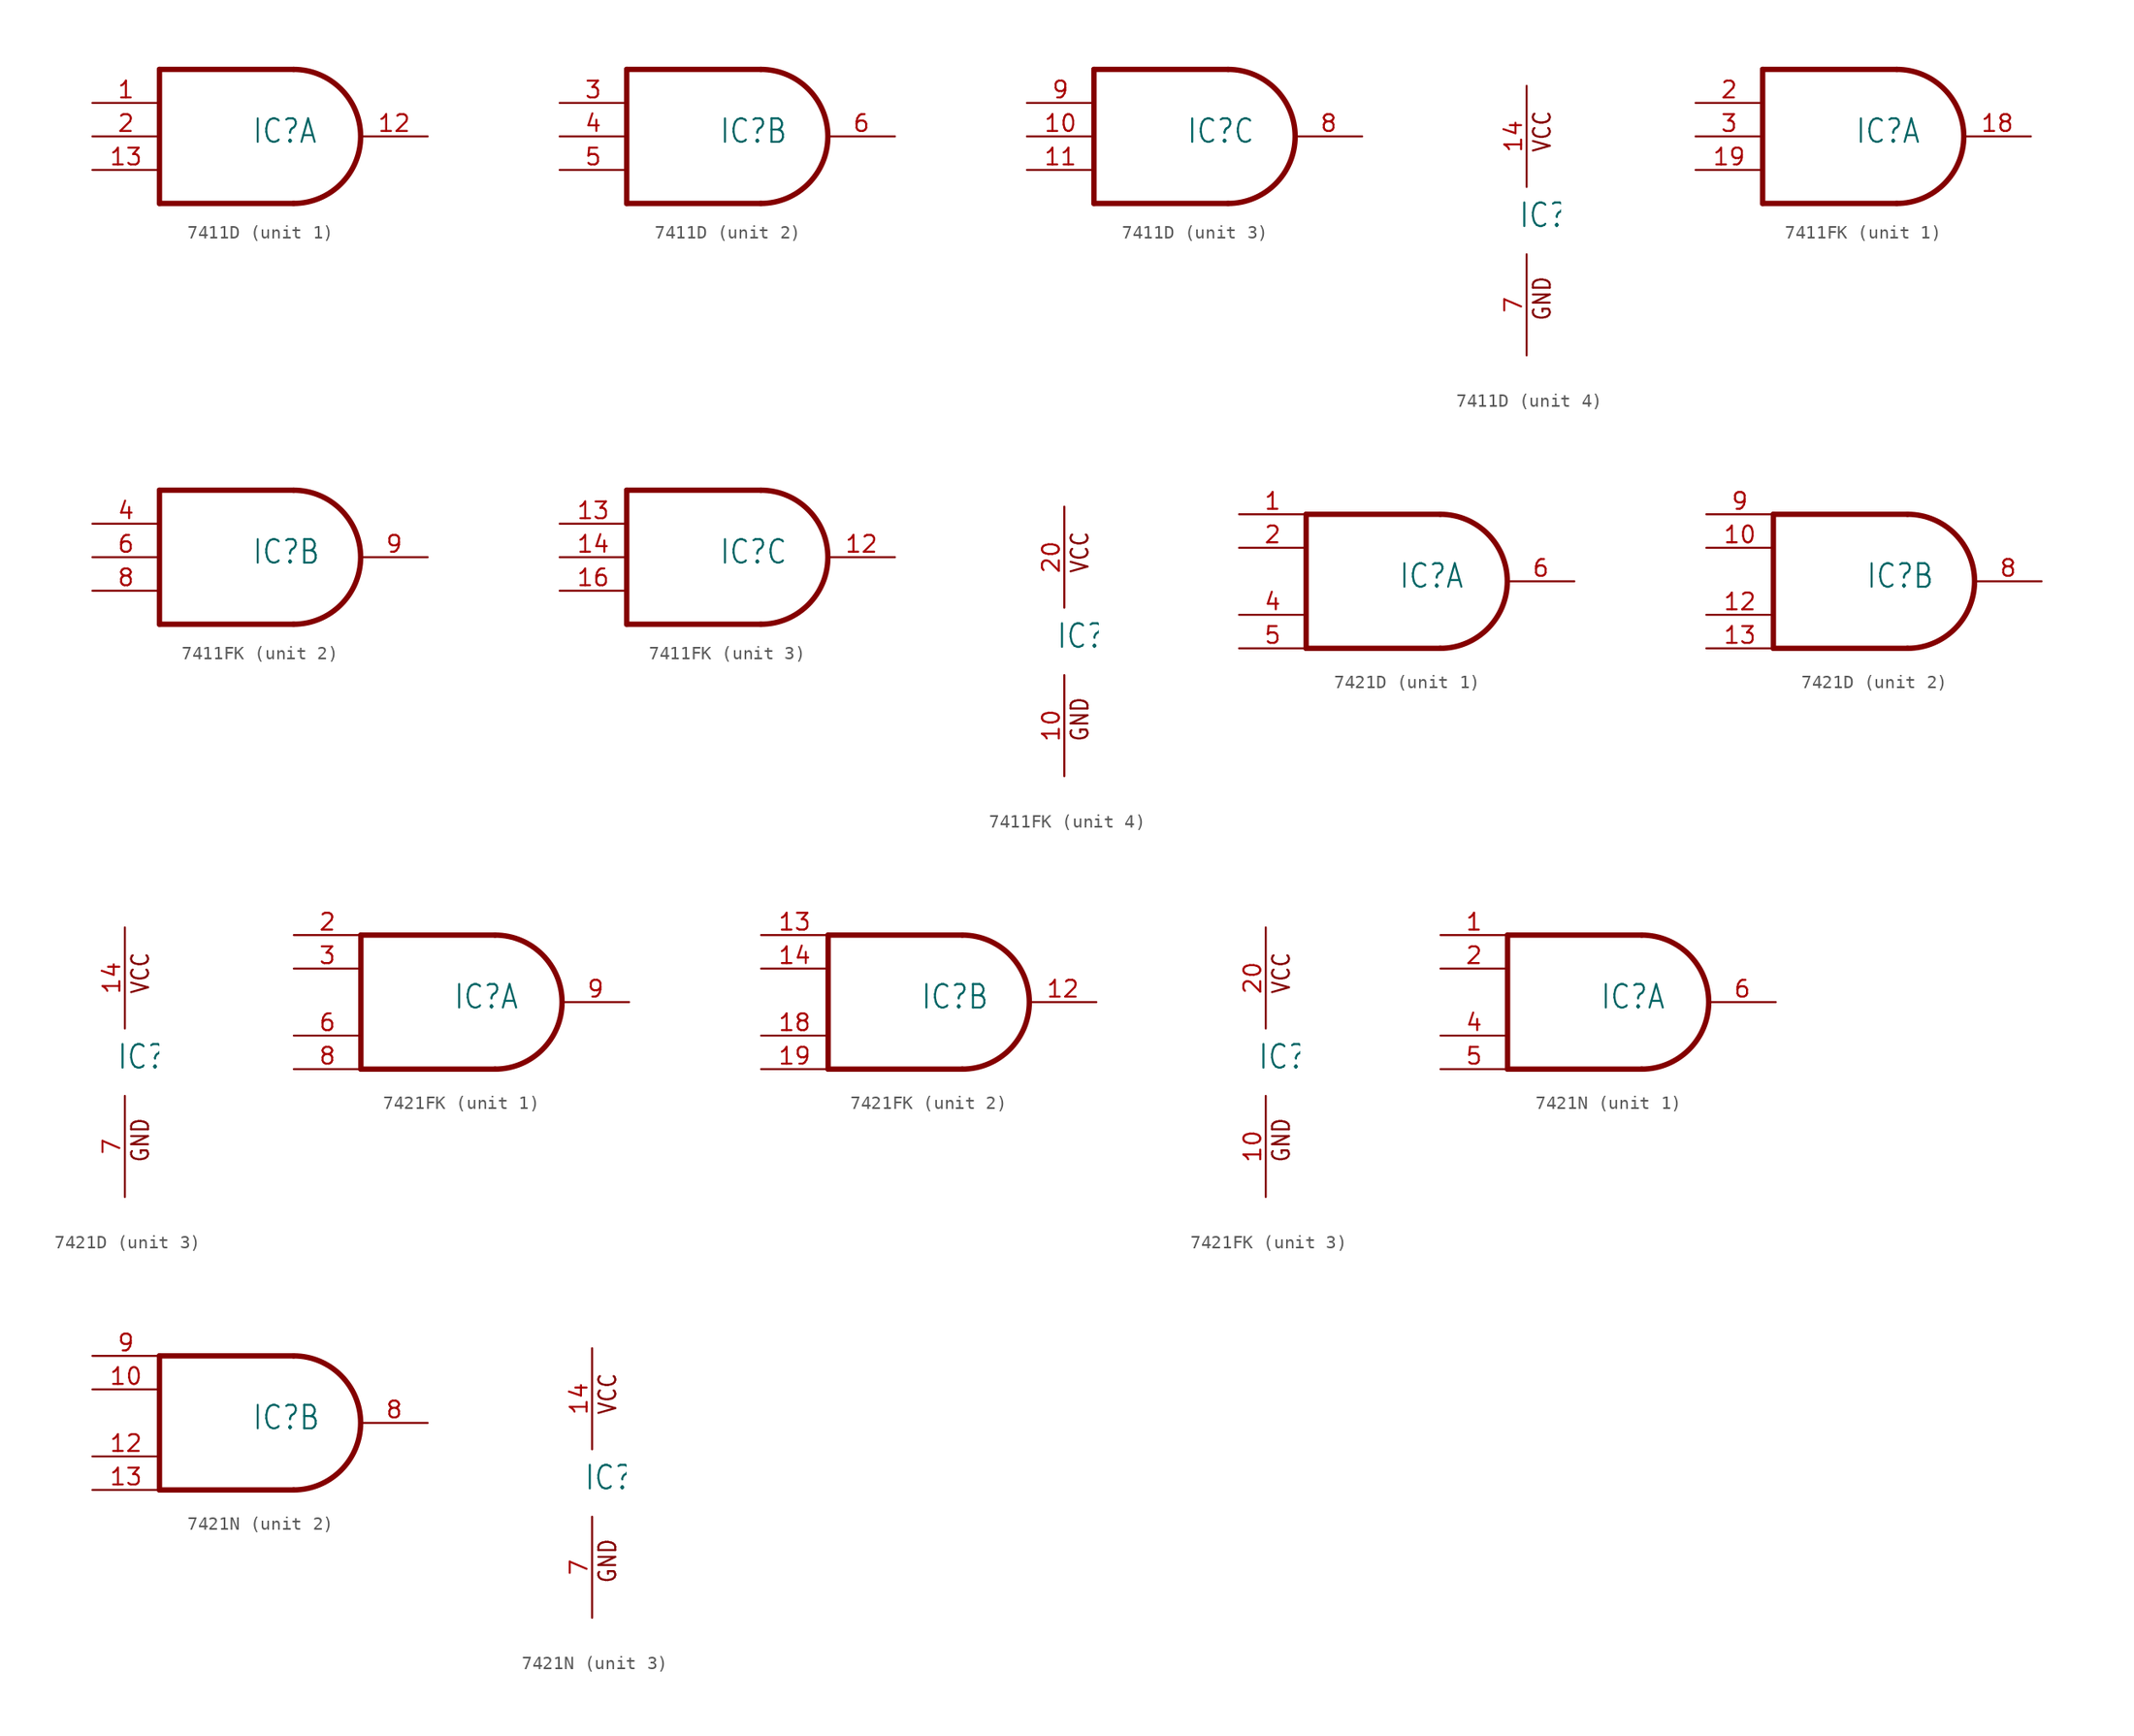
<source format=kicad_sym>
(kicad_symbol_lib
  (version 20211014)
  (generator kicad_symbol_editor)
  (symbol "7411D"
    (property "Reference" "IC"
      (at -0.635 -0.635 0)
      (effects (font (size 1.778 1.511)) (justify left bottom)))
    (property "ki_locked" ""
      (at 0 0 0)
      (effects (font (size 1.27 1.27))))
    (symbol "7411D_1_0"
      (polyline (pts (xy -7.62 -5.08) (xy 2.54 -5.08)) (stroke (width 0.406) (type default) (color 0 0 0 0)) (fill (type none)))
      (polyline (pts (xy -7.62 5.08) (xy -7.62 -5.08)) (stroke (width 0.406) (type default) (color 0 0 0 0)) (fill (type none)))
      (polyline (pts (xy 2.54 5.08) (xy -7.62 5.08)) (stroke (width 0.406) (type default) (color 0 0 0 0)) (fill (type none)))
      (arc (start 2.54 -5.08) (mid 7.6199 0) (end 2.54 5.08) (stroke (width 0.4064) (type default) (color 0 0 0 0)) (fill (type none)))
      (pin input line (at -12.7 2.54 0) (length 5.08) (name "I0" (effects (font (size 0 0)))) (number "1" (effects (font (size 1.27 1.27)))))
      (pin output line (at 12.7 0 180) (length 5.08) (name "O" (effects (font (size 0 0)))) (number "12" (effects (font (size 1.27 1.27)))))
      (pin input line (at -12.7 -2.54 0) (length 5.08) (name "I2" (effects (font (size 0 0)))) (number "13" (effects (font (size 1.27 1.27)))))
      (pin input line (at -12.7 0 0) (length 5.08) (name "I1" (effects (font (size 0 0)))) (number "2" (effects (font (size 1.27 1.27))))))
    (symbol "7411D_2_0"
      (polyline (pts (xy -7.62 -5.08) (xy 2.54 -5.08)) (stroke (width 0.406) (type default) (color 0 0 0 0)) (fill (type none)))
      (polyline (pts (xy -7.62 5.08) (xy -7.62 -5.08)) (stroke (width 0.406) (type default) (color 0 0 0 0)) (fill (type none)))
      (polyline (pts (xy 2.54 5.08) (xy -7.62 5.08)) (stroke (width 0.406) (type default) (color 0 0 0 0)) (fill (type none)))
      (arc (start 2.54 -5.08) (mid 7.6199 0) (end 2.54 5.08) (stroke (width 0.4064) (type default) (color 0 0 0 0)) (fill (type none)))
      (pin input line (at -12.7 2.54 0) (length 5.08) (name "I0" (effects (font (size 0 0)))) (number "3" (effects (font (size 1.27 1.27)))))
      (pin input line (at -12.7 0 0) (length 5.08) (name "I1" (effects (font (size 0 0)))) (number "4" (effects (font (size 1.27 1.27)))))
      (pin input line (at -12.7 -2.54 0) (length 5.08) (name "I2" (effects (font (size 0 0)))) (number "5" (effects (font (size 1.27 1.27)))))
      (pin output line (at 12.7 0 180) (length 5.08) (name "O" (effects (font (size 0 0)))) (number "6" (effects (font (size 1.27 1.27))))))
    (symbol "7411D_3_0"
      (polyline (pts (xy -7.62 -5.08) (xy 2.54 -5.08)) (stroke (width 0.406) (type default) (color 0 0 0 0)) (fill (type none)))
      (polyline (pts (xy -7.62 5.08) (xy -7.62 -5.08)) (stroke (width 0.406) (type default) (color 0 0 0 0)) (fill (type none)))
      (polyline (pts (xy 2.54 5.08) (xy -7.62 5.08)) (stroke (width 0.406) (type default) (color 0 0 0 0)) (fill (type none)))
      (arc (start 2.54 -5.08) (mid 7.6199 0) (end 2.54 5.08) (stroke (width 0.4064) (type default) (color 0 0 0 0)) (fill (type none)))
      (pin input line (at -12.7 0 0) (length 5.08) (name "I1" (effects (font (size 0 0)))) (number "10" (effects (font (size 1.27 1.27)))))
      (pin input line (at -12.7 -2.54 0) (length 5.08) (name "I2" (effects (font (size 0 0)))) (number "11" (effects (font (size 1.27 1.27)))))
      (pin output line (at 12.7 0 180) (length 5.08) (name "O" (effects (font (size 0 0)))) (number "8" (effects (font (size 1.27 1.27)))))
      (pin input line (at -12.7 2.54 0) (length 5.08) (name "I0" (effects (font (size 0 0)))) (number "9" (effects (font (size 1.27 1.27))))))
    (symbol "7411D_4_0"
      (text "GND" (at 1.905 -7.62 900) (effects (font (size 1.27 1.079)) (justify left bottom)))
      (text "VCC" (at 1.905 5.08 900) (effects (font (size 1.27 1.079)) (justify left bottom)))
      (pin power_in line (at 0 10.16 270) (length 7.62) (name "VCC" (effects (font (size 0 0)))) (number "14" (effects (font (size 1.27 1.27)))))
      (pin power_in line (at 0 -10.16 90) (length 7.62) (name "GND" (effects (font (size 0 0)))) (number "7" (effects (font (size 1.27 1.27)))))))
  (symbol "7411FK"
    (property "Reference" "IC"
      (at -0.635 -0.635 0)
      (effects (font (size 1.778 1.511)) (justify left bottom)))
    (property "ki_locked" ""
      (at 0 0 0)
      (effects (font (size 1.27 1.27))))
    (symbol "7411FK_1_0"
      (polyline (pts (xy -7.62 -5.08) (xy 2.54 -5.08)) (stroke (width 0.406) (type default) (color 0 0 0 0)) (fill (type none)))
      (polyline (pts (xy -7.62 5.08) (xy -7.62 -5.08)) (stroke (width 0.406) (type default) (color 0 0 0 0)) (fill (type none)))
      (polyline (pts (xy 2.54 5.08) (xy -7.62 5.08)) (stroke (width 0.406) (type default) (color 0 0 0 0)) (fill (type none)))
      (arc (start 2.54 -5.08) (mid 7.6199 0) (end 2.54 5.08) (stroke (width 0.4064) (type default) (color 0 0 0 0)) (fill (type none)))
      (pin output line (at 12.7 0 180) (length 5.08) (name "O" (effects (font (size 0 0)))) (number "18" (effects (font (size 1.27 1.27)))))
      (pin input line (at -12.7 -2.54 0) (length 5.08) (name "I2" (effects (font (size 0 0)))) (number "19" (effects (font (size 1.27 1.27)))))
      (pin input line (at -12.7 2.54 0) (length 5.08) (name "I0" (effects (font (size 0 0)))) (number "2" (effects (font (size 1.27 1.27)))))
      (pin input line (at -12.7 0 0) (length 5.08) (name "I1" (effects (font (size 0 0)))) (number "3" (effects (font (size 1.27 1.27))))))
    (symbol "7411FK_2_0"
      (polyline (pts (xy -7.62 -5.08) (xy 2.54 -5.08)) (stroke (width 0.406) (type default) (color 0 0 0 0)) (fill (type none)))
      (polyline (pts (xy -7.62 5.08) (xy -7.62 -5.08)) (stroke (width 0.406) (type default) (color 0 0 0 0)) (fill (type none)))
      (polyline (pts (xy 2.54 5.08) (xy -7.62 5.08)) (stroke (width 0.406) (type default) (color 0 0 0 0)) (fill (type none)))
      (arc (start 2.54 -5.08) (mid 7.6199 0) (end 2.54 5.08) (stroke (width 0.4064) (type default) (color 0 0 0 0)) (fill (type none)))
      (pin input line (at -12.7 2.54 0) (length 5.08) (name "I0" (effects (font (size 0 0)))) (number "4" (effects (font (size 1.27 1.27)))))
      (pin input line (at -12.7 0 0) (length 5.08) (name "I1" (effects (font (size 0 0)))) (number "6" (effects (font (size 1.27 1.27)))))
      (pin input line (at -12.7 -2.54 0) (length 5.08) (name "I2" (effects (font (size 0 0)))) (number "8" (effects (font (size 1.27 1.27)))))
      (pin output line (at 12.7 0 180) (length 5.08) (name "O" (effects (font (size 0 0)))) (number "9" (effects (font (size 1.27 1.27))))))
    (symbol "7411FK_3_0"
      (polyline (pts (xy -7.62 -5.08) (xy 2.54 -5.08)) (stroke (width 0.406) (type default) (color 0 0 0 0)) (fill (type none)))
      (polyline (pts (xy -7.62 5.08) (xy -7.62 -5.08)) (stroke (width 0.406) (type default) (color 0 0 0 0)) (fill (type none)))
      (polyline (pts (xy 2.54 5.08) (xy -7.62 5.08)) (stroke (width 0.406) (type default) (color 0 0 0 0)) (fill (type none)))
      (arc (start 2.54 -5.08) (mid 7.6199 0) (end 2.54 5.08) (stroke (width 0.4064) (type default) (color 0 0 0 0)) (fill (type none)))
      (pin output line (at 12.7 0 180) (length 5.08) (name "O" (effects (font (size 0 0)))) (number "12" (effects (font (size 1.27 1.27)))))
      (pin input line (at -12.7 2.54 0) (length 5.08) (name "I0" (effects (font (size 0 0)))) (number "13" (effects (font (size 1.27 1.27)))))
      (pin input line (at -12.7 0 0) (length 5.08) (name "I1" (effects (font (size 0 0)))) (number "14" (effects (font (size 1.27 1.27)))))
      (pin input line (at -12.7 -2.54 0) (length 5.08) (name "I2" (effects (font (size 0 0)))) (number "16" (effects (font (size 1.27 1.27))))))
    (symbol "7411FK_4_0"
      (text "GND" (at 1.905 -7.62 900) (effects (font (size 1.27 1.079)) (justify left bottom)))
      (text "VCC" (at 1.905 5.08 900) (effects (font (size 1.27 1.079)) (justify left bottom)))
      (pin power_in line (at 0 -10.16 90) (length 7.62) (name "GND" (effects (font (size 0 0)))) (number "10" (effects (font (size 1.27 1.27)))))
      (pin power_in line (at 0 10.16 270) (length 7.62) (name "VCC" (effects (font (size 0 0)))) (number "20" (effects (font (size 1.27 1.27)))))))
  (symbol "7421D"
    (property "Reference" "IC"
      (at -0.635 -0.635 0)
      (effects (font (size 1.778 1.511)) (justify left bottom)))
    (property "ki_locked" ""
      (at 0 0 0)
      (effects (font (size 1.27 1.27))))
    (symbol "7421D_1_0"
      (polyline (pts (xy -7.62 -5.08) (xy 2.54 -5.08)) (stroke (width 0.406) (type default) (color 0 0 0 0)) (fill (type none)))
      (polyline (pts (xy -7.62 5.08) (xy -7.62 -5.08)) (stroke (width 0.406) (type default) (color 0 0 0 0)) (fill (type none)))
      (polyline (pts (xy 2.54 5.08) (xy -7.62 5.08)) (stroke (width 0.406) (type default) (color 0 0 0 0)) (fill (type none)))
      (arc (start 2.54 -5.08) (mid 7.6199 0) (end 2.54 5.08) (stroke (width 0.4064) (type default) (color 0 0 0 0)) (fill (type none)))
      (pin input line (at -12.7 5.08 0) (length 5.08) (name "I0" (effects (font (size 0 0)))) (number "1" (effects (font (size 1.27 1.27)))))
      (pin input line (at -12.7 2.54 0) (length 5.08) (name "I1" (effects (font (size 0 0)))) (number "2" (effects (font (size 1.27 1.27)))))
      (pin input line (at -12.7 -2.54 0) (length 5.08) (name "I2" (effects (font (size 0 0)))) (number "4" (effects (font (size 1.27 1.27)))))
      (pin input line (at -12.7 -5.08 0) (length 5.08) (name "I3" (effects (font (size 0 0)))) (number "5" (effects (font (size 1.27 1.27)))))
      (pin output line (at 12.7 0 180) (length 5.08) (name "O" (effects (font (size 0 0)))) (number "6" (effects (font (size 1.27 1.27))))))
    (symbol "7421D_2_0"
      (polyline (pts (xy -7.62 -5.08) (xy 2.54 -5.08)) (stroke (width 0.406) (type default) (color 0 0 0 0)) (fill (type none)))
      (polyline (pts (xy -7.62 5.08) (xy -7.62 -5.08)) (stroke (width 0.406) (type default) (color 0 0 0 0)) (fill (type none)))
      (polyline (pts (xy 2.54 5.08) (xy -7.62 5.08)) (stroke (width 0.406) (type default) (color 0 0 0 0)) (fill (type none)))
      (arc (start 2.54 -5.08) (mid 7.6199 0) (end 2.54 5.08) (stroke (width 0.4064) (type default) (color 0 0 0 0)) (fill (type none)))
      (pin input line (at -12.7 2.54 0) (length 5.08) (name "I1" (effects (font (size 0 0)))) (number "10" (effects (font (size 1.27 1.27)))))
      (pin input line (at -12.7 -2.54 0) (length 5.08) (name "I2" (effects (font (size 0 0)))) (number "12" (effects (font (size 1.27 1.27)))))
      (pin input line (at -12.7 -5.08 0) (length 5.08) (name "I3" (effects (font (size 0 0)))) (number "13" (effects (font (size 1.27 1.27)))))
      (pin output line (at 12.7 0 180) (length 5.08) (name "O" (effects (font (size 0 0)))) (number "8" (effects (font (size 1.27 1.27)))))
      (pin input line (at -12.7 5.08 0) (length 5.08) (name "I0" (effects (font (size 0 0)))) (number "9" (effects (font (size 1.27 1.27))))))
    (symbol "7421D_3_0"
      (text "GND" (at 1.905 -7.62 900) (effects (font (size 1.27 1.079)) (justify left bottom)))
      (text "VCC" (at 1.905 5.08 900) (effects (font (size 1.27 1.079)) (justify left bottom)))
      (pin power_in line (at 0 10.16 270) (length 7.62) (name "VCC" (effects (font (size 0 0)))) (number "14" (effects (font (size 1.27 1.27)))))
      (pin power_in line (at 0 -10.16 90) (length 7.62) (name "GND" (effects (font (size 0 0)))) (number "7" (effects (font (size 1.27 1.27)))))))
  (symbol "7421FK"
    (property "Reference" "IC"
      (at -0.635 -0.635 0)
      (effects (font (size 1.778 1.511)) (justify left bottom)))
    (property "ki_locked" ""
      (at 0 0 0)
      (effects (font (size 1.27 1.27))))
    (symbol "7421FK_1_0"
      (polyline (pts (xy -7.62 -5.08) (xy 2.54 -5.08)) (stroke (width 0.406) (type default) (color 0 0 0 0)) (fill (type none)))
      (polyline (pts (xy -7.62 5.08) (xy -7.62 -5.08)) (stroke (width 0.406) (type default) (color 0 0 0 0)) (fill (type none)))
      (polyline (pts (xy 2.54 5.08) (xy -7.62 5.08)) (stroke (width 0.406) (type default) (color 0 0 0 0)) (fill (type none)))
      (arc (start 2.54 -5.08) (mid 7.6199 0) (end 2.54 5.08) (stroke (width 0.4064) (type default) (color 0 0 0 0)) (fill (type none)))
      (pin input line (at -12.7 5.08 0) (length 5.08) (name "I0" (effects (font (size 0 0)))) (number "2" (effects (font (size 1.27 1.27)))))
      (pin input line (at -12.7 2.54 0) (length 5.08) (name "I1" (effects (font (size 0 0)))) (number "3" (effects (font (size 1.27 1.27)))))
      (pin input line (at -12.7 -2.54 0) (length 5.08) (name "I2" (effects (font (size 0 0)))) (number "6" (effects (font (size 1.27 1.27)))))
      (pin input line (at -12.7 -5.08 0) (length 5.08) (name "I3" (effects (font (size 0 0)))) (number "8" (effects (font (size 1.27 1.27)))))
      (pin output line (at 12.7 0 180) (length 5.08) (name "O" (effects (font (size 0 0)))) (number "9" (effects (font (size 1.27 1.27))))))
    (symbol "7421FK_2_0"
      (polyline (pts (xy -7.62 -5.08) (xy 2.54 -5.08)) (stroke (width 0.406) (type default) (color 0 0 0 0)) (fill (type none)))
      (polyline (pts (xy -7.62 5.08) (xy -7.62 -5.08)) (stroke (width 0.406) (type default) (color 0 0 0 0)) (fill (type none)))
      (polyline (pts (xy 2.54 5.08) (xy -7.62 5.08)) (stroke (width 0.406) (type default) (color 0 0 0 0)) (fill (type none)))
      (arc (start 2.54 -5.08) (mid 7.6199 0) (end 2.54 5.08) (stroke (width 0.4064) (type default) (color 0 0 0 0)) (fill (type none)))
      (pin output line (at 12.7 0 180) (length 5.08) (name "O" (effects (font (size 0 0)))) (number "12" (effects (font (size 1.27 1.27)))))
      (pin input line (at -12.7 5.08 0) (length 5.08) (name "I0" (effects (font (size 0 0)))) (number "13" (effects (font (size 1.27 1.27)))))
      (pin input line (at -12.7 2.54 0) (length 5.08) (name "I1" (effects (font (size 0 0)))) (number "14" (effects (font (size 1.27 1.27)))))
      (pin input line (at -12.7 -2.54 0) (length 5.08) (name "I2" (effects (font (size 0 0)))) (number "18" (effects (font (size 1.27 1.27)))))
      (pin input line (at -12.7 -5.08 0) (length 5.08) (name "I3" (effects (font (size 0 0)))) (number "19" (effects (font (size 1.27 1.27))))))
    (symbol "7421FK_3_0"
      (text "GND" (at 1.905 -7.62 900) (effects (font (size 1.27 1.079)) (justify left bottom)))
      (text "VCC" (at 1.905 5.08 900) (effects (font (size 1.27 1.079)) (justify left bottom)))
      (pin power_in line (at 0 -10.16 90) (length 7.62) (name "GND" (effects (font (size 0 0)))) (number "10" (effects (font (size 1.27 1.27)))))
      (pin power_in line (at 0 10.16 270) (length 7.62) (name "VCC" (effects (font (size 0 0)))) (number "20" (effects (font (size 1.27 1.27)))))))
  (symbol "7421N"
    (property "Reference" "IC"
      (at -0.635 -0.635 0)
      (effects (font (size 1.778 1.511)) (justify left bottom)))
    (property "ki_locked" ""
      (at 0 0 0)
      (effects (font (size 1.27 1.27))))
    (symbol "7421N_1_0"
      (polyline (pts (xy -7.62 -5.08) (xy 2.54 -5.08)) (stroke (width 0.406) (type default) (color 0 0 0 0)) (fill (type none)))
      (polyline (pts (xy -7.62 5.08) (xy -7.62 -5.08)) (stroke (width 0.406) (type default) (color 0 0 0 0)) (fill (type none)))
      (polyline (pts (xy 2.54 5.08) (xy -7.62 5.08)) (stroke (width 0.406) (type default) (color 0 0 0 0)) (fill (type none)))
      (arc (start 2.54 -5.08) (mid 7.6199 0) (end 2.54 5.08) (stroke (width 0.4064) (type default) (color 0 0 0 0)) (fill (type none)))
      (pin input line (at -12.7 5.08 0) (length 5.08) (name "I0" (effects (font (size 0 0)))) (number "1" (effects (font (size 1.27 1.27)))))
      (pin input line (at -12.7 2.54 0) (length 5.08) (name "I1" (effects (font (size 0 0)))) (number "2" (effects (font (size 1.27 1.27)))))
      (pin input line (at -12.7 -2.54 0) (length 5.08) (name "I2" (effects (font (size 0 0)))) (number "4" (effects (font (size 1.27 1.27)))))
      (pin input line (at -12.7 -5.08 0) (length 5.08) (name "I3" (effects (font (size 0 0)))) (number "5" (effects (font (size 1.27 1.27)))))
      (pin output line (at 12.7 0 180) (length 5.08) (name "O" (effects (font (size 0 0)))) (number "6" (effects (font (size 1.27 1.27))))))
    (symbol "7421N_2_0"
      (polyline (pts (xy -7.62 -5.08) (xy 2.54 -5.08)) (stroke (width 0.406) (type default) (color 0 0 0 0)) (fill (type none)))
      (polyline (pts (xy -7.62 5.08) (xy -7.62 -5.08)) (stroke (width 0.406) (type default) (color 0 0 0 0)) (fill (type none)))
      (polyline (pts (xy 2.54 5.08) (xy -7.62 5.08)) (stroke (width 0.406) (type default) (color 0 0 0 0)) (fill (type none)))
      (arc (start 2.54 -5.08) (mid 7.6199 0) (end 2.54 5.08) (stroke (width 0.4064) (type default) (color 0 0 0 0)) (fill (type none)))
      (pin input line (at -12.7 2.54 0) (length 5.08) (name "I1" (effects (font (size 0 0)))) (number "10" (effects (font (size 1.27 1.27)))))
      (pin input line (at -12.7 -2.54 0) (length 5.08) (name "I2" (effects (font (size 0 0)))) (number "12" (effects (font (size 1.27 1.27)))))
      (pin input line (at -12.7 -5.08 0) (length 5.08) (name "I3" (effects (font (size 0 0)))) (number "13" (effects (font (size 1.27 1.27)))))
      (pin output line (at 12.7 0 180) (length 5.08) (name "O" (effects (font (size 0 0)))) (number "8" (effects (font (size 1.27 1.27)))))
      (pin input line (at -12.7 5.08 0) (length 5.08) (name "I0" (effects (font (size 0 0)))) (number "9" (effects (font (size 1.27 1.27))))))
    (symbol "7421N_3_0"
      (text "GND" (at 1.905 -7.62 900) (effects (font (size 1.27 1.079)) (justify left bottom)))
      (text "VCC" (at 1.905 5.08 900) (effects (font (size 1.27 1.079)) (justify left bottom)))
      (pin power_in line (at 0 10.16 270) (length 7.62) (name "VCC" (effects (font (size 0 0)))) (number "14" (effects (font (size 1.27 1.27)))))
      (pin power_in line (at 0 -10.16 90) (length 7.62) (name "GND" (effects (font (size 0 0)))) (number "7" (effects (font (size 1.27 1.27))))))))
</source>
